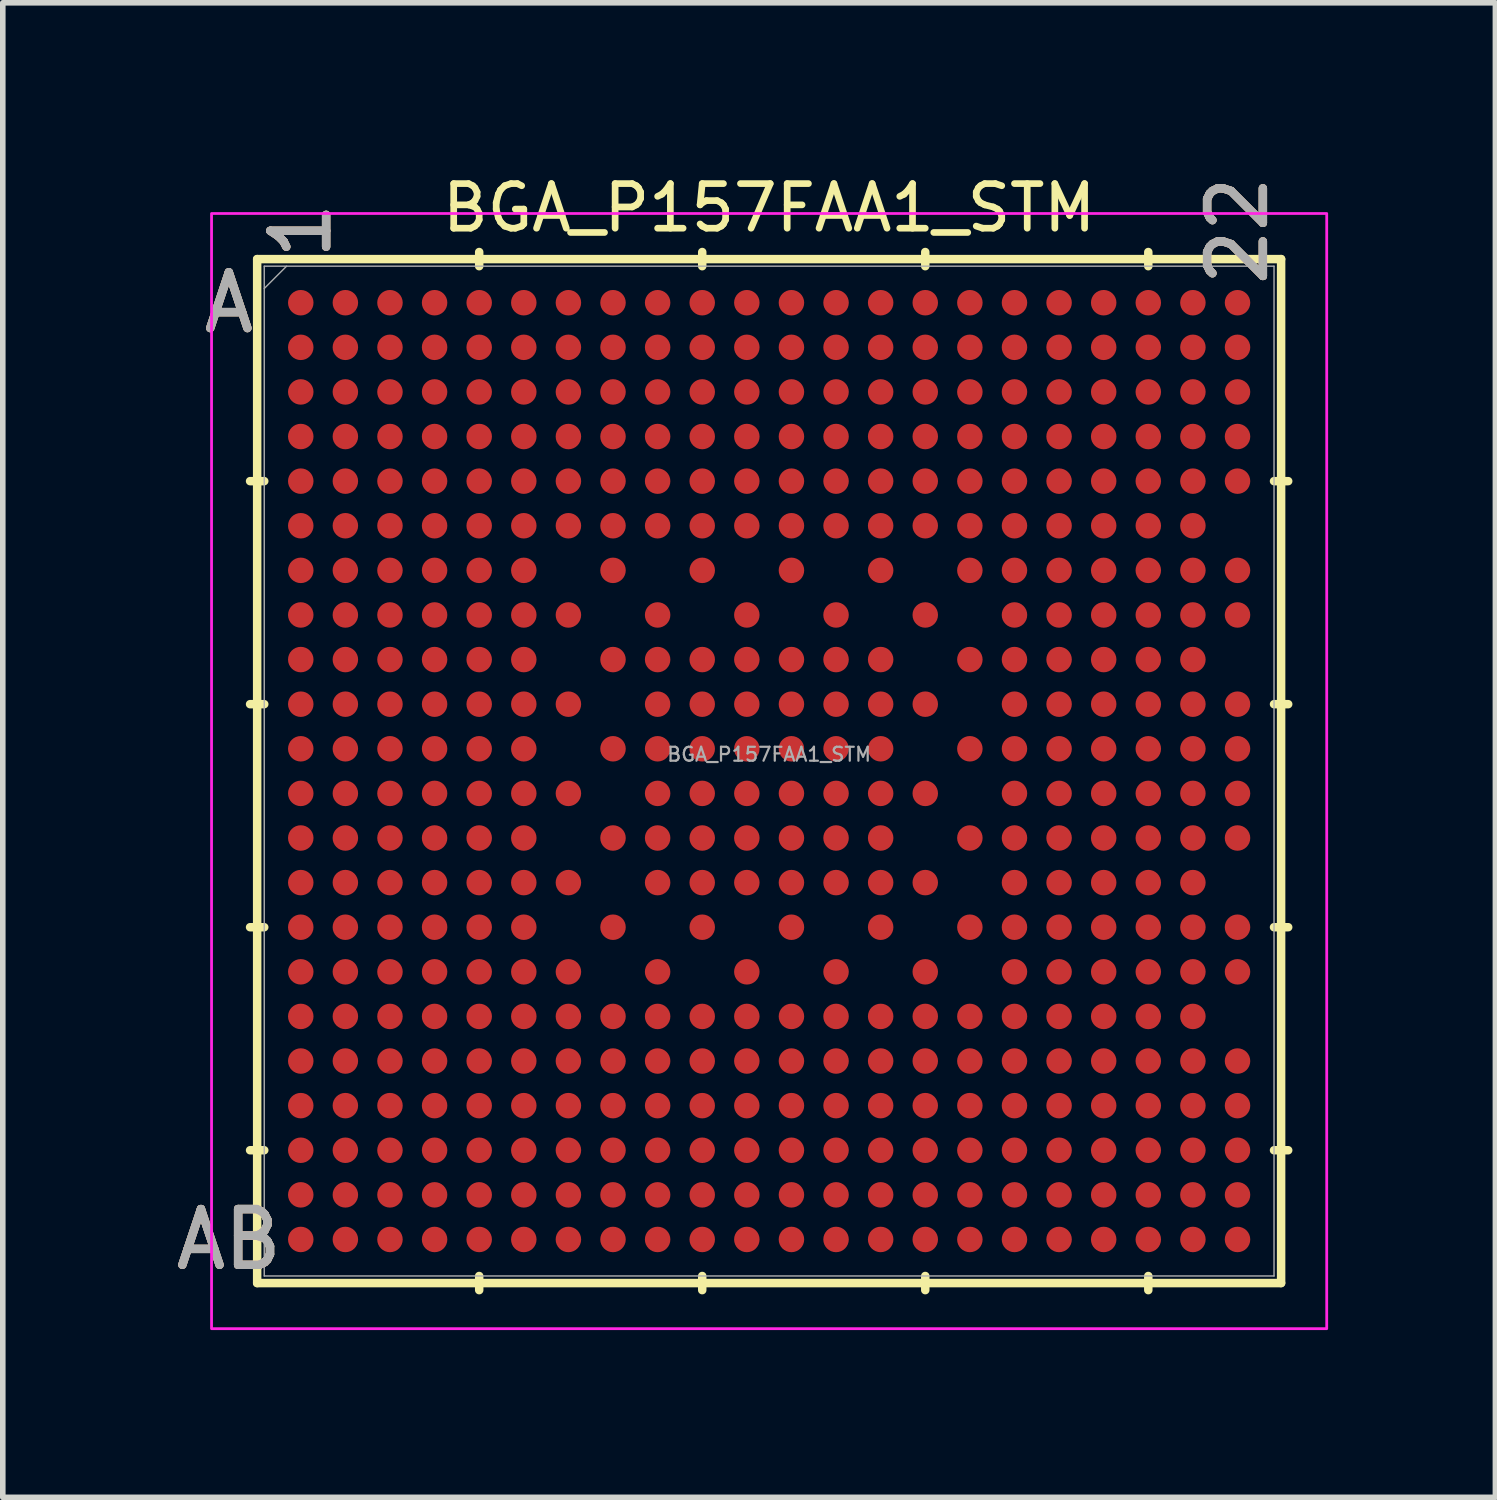
<source format=kicad_pcb>
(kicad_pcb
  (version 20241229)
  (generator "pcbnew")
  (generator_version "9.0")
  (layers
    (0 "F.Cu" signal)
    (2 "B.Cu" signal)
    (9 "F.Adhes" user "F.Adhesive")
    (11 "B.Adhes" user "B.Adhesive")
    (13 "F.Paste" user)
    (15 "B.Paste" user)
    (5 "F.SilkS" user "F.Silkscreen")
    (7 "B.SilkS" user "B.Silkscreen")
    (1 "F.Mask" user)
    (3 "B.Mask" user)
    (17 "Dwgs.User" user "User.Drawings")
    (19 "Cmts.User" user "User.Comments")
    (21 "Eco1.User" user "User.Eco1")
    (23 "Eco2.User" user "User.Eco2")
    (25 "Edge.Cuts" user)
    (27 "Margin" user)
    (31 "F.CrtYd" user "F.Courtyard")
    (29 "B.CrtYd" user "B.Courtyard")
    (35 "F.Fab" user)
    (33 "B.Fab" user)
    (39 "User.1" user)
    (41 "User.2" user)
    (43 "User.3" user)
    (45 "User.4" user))
  (footprint "BGA_P157FAA1_STM"
    (layer "F.Cu")
    (at 10.744 10.779)
    (property "Reference" "BGA_P157FAA1_STM" (at 0 -10.1 0) (unlocked yes) (layer "F.SilkS") (effects (font (size 0.8 0.8) (thickness 0.12))))
    (attr smd)
    (fp_line (start -9.182 -9.182) (end -9.182 9.182) (stroke (width 0.152) (type solid)) (layer "F.SilkS"))
    (fp_line (start -9.182 9.182) (end 9.182 9.182) (stroke (width 0.152) (type solid)) (layer "F.SilkS"))
    (fp_line (start -9.055 -5.2) (end -9.309 -5.2) (stroke (width 0.152) (type solid)) (layer "F.SilkS"))
    (fp_line (start -9.055 -1.2) (end -9.309 -1.2) (stroke (width 0.152) (type solid)) (layer "F.SilkS"))
    (fp_line (start -9.055 2.8) (end -9.309 2.8) (stroke (width 0.152) (type solid)) (layer "F.SilkS"))
    (fp_line (start -9.055 6.8) (end -9.309 6.8) (stroke (width 0.152) (type solid)) (layer "F.SilkS"))
    (fp_line (start -5.2 -9.055) (end -5.2 -9.309) (stroke (width 0.152) (type solid)) (layer "F.SilkS"))
    (fp_line (start -5.2 9.055) (end -5.2 9.309) (stroke (width 0.152) (type solid)) (layer "F.SilkS"))
    (fp_line (start -1.2 -9.055) (end -1.2 -9.309) (stroke (width 0.152) (type solid)) (layer "F.SilkS"))
    (fp_line (start -1.2 9.055) (end -1.2 9.309) (stroke (width 0.152) (type solid)) (layer "F.SilkS"))
    (fp_line (start 2.8 -9.055) (end 2.8 -9.309) (stroke (width 0.152) (type solid)) (layer "F.SilkS"))
    (fp_line (start 2.8 9.055) (end 2.8 9.309) (stroke (width 0.152) (type solid)) (layer "F.SilkS"))
    (fp_line (start 6.8 -9.055) (end 6.8 -9.309) (stroke (width 0.152) (type solid)) (layer "F.SilkS"))
    (fp_line (start 6.8 9.055) (end 6.8 9.309) (stroke (width 0.152) (type solid)) (layer "F.SilkS"))
    (fp_line (start 9.055 -5.2) (end 9.309 -5.2) (stroke (width 0.152) (type solid)) (layer "F.SilkS"))
    (fp_line (start 9.055 -1.2) (end 9.309 -1.2) (stroke (width 0.152) (type solid)) (layer "F.SilkS"))
    (fp_line (start 9.055 2.8) (end 9.309 2.8) (stroke (width 0.152) (type solid)) (layer "F.SilkS"))
    (fp_line (start 9.055 6.8) (end 9.309 6.8) (stroke (width 0.152) (type solid)) (layer "F.SilkS"))
    (fp_line (start 9.182 -9.182) (end -9.182 -9.182) (stroke (width 0.152) (type solid)) (layer "F.SilkS"))
    (fp_line (start 9.182 9.182) (end 9.182 -9.182) (stroke (width 0.152) (type solid)) (layer "F.SilkS"))
    (fp_rect (start -10 -10) (end 10 10) (stroke (width 0.05) (type default)) (fill no) (layer "F.CrtYd"))
    (fp_line (start -9.055 -9.055) (end -9.055 9.055) (stroke (width 0.025) (type solid)) (layer "F.Fab"))
    (fp_line (start -9.055 9.055) (end 9.055 9.055) (stroke (width 0.025) (type solid)) (layer "F.Fab"))
    (fp_line (start -8.655 -9.055) (end -9.055 -8.655) (stroke (width 0.025) (type solid)) (layer "F.Fab"))
    (fp_line (start 9.055 -9.055) (end -9.055 -9.055) (stroke (width 0.025) (type solid)) (layer "F.Fab"))
    (fp_line (start 9.055 9.055) (end 9.055 -9.055) (stroke (width 0.025) (type solid)) (layer "F.Fab"))
    (fp_text user "1" (at -8.4 -9.69 90) (unlocked yes) (layer "F.SilkS") (effects (font (size 1 1) (thickness 0.15))))
    (fp_text user "22" (at 8.4 -9.69 90) (unlocked yes) (layer "F.SilkS") (effects (font (size 1 1) (thickness 0.15))))
    (fp_text user "A" (at -9.69 -8.4 0) (unlocked yes) (layer "F.SilkS") (effects (font (size 1 1) (thickness 0.15))))
    (fp_text user "AB" (at -9.69 8.4 0) (unlocked yes) (layer "F.SilkS") (effects (font (size 1 1) (thickness 0.15))))
    (fp_text user "AB" (at -9.69 8.4 0) (unlocked yes) (layer "B.SilkS") (effects (font (size 1 1) (thickness 0.15))))
    (fp_text user "22" (at 8.4 -9.69 90) (unlocked yes) (layer "B.SilkS") (effects (font (size 1 1) (thickness 0.15))))
    (fp_text user "1" (at -8.4 -9.69 90) (unlocked yes) (layer "B.SilkS") (effects (font (size 1 1) (thickness 0.15))))
    (fp_text user "A" (at -9.69 -8.4 0) (unlocked yes) (layer "B.SilkS") (effects (font (size 1 1) (thickness 0.15))))
    (fp_text user "1" (at -8.4 -9.69 90) (unlocked yes) (layer "F.Fab") (effects (font (size 1 1) (thickness 0.15))))
    (fp_text user "${REFERENCE}" (at 0 -0.3 0) (unlocked yes) (layer "F.Fab") (effects (font (size 0.25 0.25) (thickness 0.04))))
    (fp_text user "A" (at -9.69 -8.4 0) (unlocked yes) (layer "F.Fab") (effects (font (size 1 1) (thickness 0.15))))
    (fp_text user "AB" (at -9.69 8.4 0) (unlocked yes) (layer "F.Fab") (effects (font (size 1 1) (thickness 0.15))))
    (fp_text user "22" (at 8.4 -9.69 90) (unlocked yes) (layer "F.Fab") (effects (font (size 1 1) (thickness 0.15))))
    (pad "A1" smd circle (at -8.4 -8.4) (size 0.457 0.457) (layers "F.Cu" "F.Mask" "F.Paste"))
    (pad "A2" smd circle (at -7.6 -8.4) (size 0.457 0.457) (layers "F.Cu" "F.Mask" "F.Paste"))
    (pad "A3" smd circle (at -6.8 -8.4) (size 0.457 0.457) (layers "F.Cu" "F.Mask" "F.Paste"))
    (pad "A4" smd circle (at -6 -8.4) (size 0.457 0.457) (layers "F.Cu" "F.Mask" "F.Paste"))
    (pad "A5" smd circle (at -5.2 -8.4) (size 0.457 0.457) (layers "F.Cu" "F.Mask" "F.Paste"))
    (pad "A6" smd circle (at -4.4 -8.4) (size 0.457 0.457) (layers "F.Cu" "F.Mask" "F.Paste"))
    (pad "A7" smd circle (at -3.6 -8.4) (size 0.457 0.457) (layers "F.Cu" "F.Mask" "F.Paste"))
    (pad "A8" smd circle (at -2.8 -8.4) (size 0.457 0.457) (layers "F.Cu" "F.Mask" "F.Paste"))
    (pad "A9" smd circle (at -2 -8.4) (size 0.457 0.457) (layers "F.Cu" "F.Mask" "F.Paste"))
    (pad "A10" smd circle (at -1.2 -8.4) (size 0.457 0.457) (layers "F.Cu" "F.Mask" "F.Paste"))
    (pad "A11" smd circle (at -0.4 -8.4) (size 0.457 0.457) (layers "F.Cu" "F.Mask" "F.Paste"))
    (pad "A12" smd circle (at 0.4 -8.4) (size 0.457 0.457) (layers "F.Cu" "F.Mask" "F.Paste"))
    (pad "A13" smd circle (at 1.2 -8.4) (size 0.457 0.457) (layers "F.Cu" "F.Mask" "F.Paste"))
    (pad "A14" smd circle (at 2 -8.4) (size 0.457 0.457) (layers "F.Cu" "F.Mask" "F.Paste"))
    (pad "A15" smd circle (at 2.8 -8.4) (size 0.457 0.457) (layers "F.Cu" "F.Mask" "F.Paste"))
    (pad "A16" smd circle (at 3.6 -8.4) (size 0.457 0.457) (layers "F.Cu" "F.Mask" "F.Paste"))
    (pad "A17" smd circle (at 4.4 -8.4) (size 0.457 0.457) (layers "F.Cu" "F.Mask" "F.Paste"))
    (pad "A18" smd circle (at 5.2 -8.4) (size 0.457 0.457) (layers "F.Cu" "F.Mask" "F.Paste"))
    (pad "A19" smd circle (at 6 -8.4) (size 0.457 0.457) (layers "F.Cu" "F.Mask" "F.Paste"))
    (pad "A20" smd circle (at 6.8 -8.4) (size 0.457 0.457) (layers "F.Cu" "F.Mask" "F.Paste"))
    (pad "A21" smd circle (at 7.6 -8.4) (size 0.457 0.457) (layers "F.Cu" "F.Mask" "F.Paste"))
    (pad "A22" smd circle (at 8.4 -8.4) (size 0.457 0.457) (layers "F.Cu" "F.Mask" "F.Paste"))
    (pad "AA1" smd circle (at -8.4 7.6) (size 0.457 0.457) (layers "F.Cu" "F.Mask" "F.Paste"))
    (pad "AA2" smd circle (at -7.6 7.6) (size 0.457 0.457) (layers "F.Cu" "F.Mask" "F.Paste"))
    (pad "AA3" smd circle (at -6.8 7.6) (size 0.457 0.457) (layers "F.Cu" "F.Mask" "F.Paste"))
    (pad "AA4" smd circle (at -6 7.6) (size 0.457 0.457) (layers "F.Cu" "F.Mask" "F.Paste"))
    (pad "AA5" smd circle (at -5.2 7.6) (size 0.457 0.457) (layers "F.Cu" "F.Mask" "F.Paste"))
    (pad "AA6" smd circle (at -4.4 7.6) (size 0.457 0.457) (layers "F.Cu" "F.Mask" "F.Paste"))
    (pad "AA7" smd circle (at -3.6 7.6) (size 0.457 0.457) (layers "F.Cu" "F.Mask" "F.Paste"))
    (pad "AA8" smd circle (at -2.8 7.6) (size 0.457 0.457) (layers "F.Cu" "F.Mask" "F.Paste"))
    (pad "AA9" smd circle (at -2 7.6) (size 0.457 0.457) (layers "F.Cu" "F.Mask" "F.Paste"))
    (pad "AA10" smd circle (at -1.2 7.6) (size 0.457 0.457) (layers "F.Cu" "F.Mask" "F.Paste"))
    (pad "AA11" smd circle (at -0.4 7.6) (size 0.457 0.457) (layers "F.Cu" "F.Mask" "F.Paste"))
    (pad "AA12" smd circle (at 0.4 7.6) (size 0.457 0.457) (layers "F.Cu" "F.Mask" "F.Paste"))
    (pad "AA13" smd circle (at 1.2 7.6) (size 0.457 0.457) (layers "F.Cu" "F.Mask" "F.Paste"))
    (pad "AA14" smd circle (at 2 7.6) (size 0.457 0.457) (layers "F.Cu" "F.Mask" "F.Paste"))
    (pad "AA15" smd circle (at 2.8 7.6) (size 0.457 0.457) (layers "F.Cu" "F.Mask" "F.Paste"))
    (pad "AA16" smd circle (at 3.6 7.6) (size 0.457 0.457) (layers "F.Cu" "F.Mask" "F.Paste"))
    (pad "AA17" smd circle (at 4.4 7.6) (size 0.457 0.457) (layers "F.Cu" "F.Mask" "F.Paste"))
    (pad "AA18" smd circle (at 5.2 7.6) (size 0.457 0.457) (layers "F.Cu" "F.Mask" "F.Paste"))
    (pad "AA19" smd circle (at 6 7.6) (size 0.457 0.457) (layers "F.Cu" "F.Mask" "F.Paste"))
    (pad "AA20" smd circle (at 6.8 7.6) (size 0.457 0.457) (layers "F.Cu" "F.Mask" "F.Paste"))
    (pad "AA21" smd circle (at 7.6 7.6) (size 0.457 0.457) (layers "F.Cu" "F.Mask" "F.Paste"))
    (pad "AA22" smd circle (at 8.4 7.6) (size 0.457 0.457) (layers "F.Cu" "F.Mask" "F.Paste"))
    (pad "AB1" smd circle (at -8.4 8.4) (size 0.457 0.457) (layers "F.Cu" "F.Mask" "F.Paste"))
    (pad "AB2" smd circle (at -7.6 8.4) (size 0.457 0.457) (layers "F.Cu" "F.Mask" "F.Paste"))
    (pad "AB3" smd circle (at -6.8 8.4) (size 0.457 0.457) (layers "F.Cu" "F.Mask" "F.Paste"))
    (pad "AB4" smd circle (at -6 8.4) (size 0.457 0.457) (layers "F.Cu" "F.Mask" "F.Paste"))
    (pad "AB5" smd circle (at -5.2 8.4) (size 0.457 0.457) (layers "F.Cu" "F.Mask" "F.Paste"))
    (pad "AB6" smd circle (at -4.4 8.4) (size 0.457 0.457) (layers "F.Cu" "F.Mask" "F.Paste"))
    (pad "AB7" smd circle (at -3.6 8.4) (size 0.457 0.457) (layers "F.Cu" "F.Mask" "F.Paste"))
    (pad "AB8" smd circle (at -2.8 8.4) (size 0.457 0.457) (layers "F.Cu" "F.Mask" "F.Paste"))
    (pad "AB9" smd circle (at -2 8.4) (size 0.457 0.457) (layers "F.Cu" "F.Mask" "F.Paste"))
    (pad "AB10" smd circle (at -1.2 8.4) (size 0.457 0.457) (layers "F.Cu" "F.Mask" "F.Paste"))
    (pad "AB11" smd circle (at -0.4 8.4) (size 0.457 0.457) (layers "F.Cu" "F.Mask" "F.Paste"))
    (pad "AB12" smd circle (at 0.4 8.4) (size 0.457 0.457) (layers "F.Cu" "F.Mask" "F.Paste"))
    (pad "AB13" smd circle (at 1.2 8.4) (size 0.457 0.457) (layers "F.Cu" "F.Mask" "F.Paste"))
    (pad "AB14" smd circle (at 2 8.4) (size 0.457 0.457) (layers "F.Cu" "F.Mask" "F.Paste"))
    (pad "AB15" smd circle (at 2.8 8.4) (size 0.457 0.457) (layers "F.Cu" "F.Mask" "F.Paste"))
    (pad "AB16" smd circle (at 3.6 8.4) (size 0.457 0.457) (layers "F.Cu" "F.Mask" "F.Paste"))
    (pad "AB17" smd circle (at 4.4 8.4) (size 0.457 0.457) (layers "F.Cu" "F.Mask" "F.Paste"))
    (pad "AB18" smd circle (at 5.2 8.4) (size 0.457 0.457) (layers "F.Cu" "F.Mask" "F.Paste"))
    (pad "AB19" smd circle (at 6 8.4) (size 0.457 0.457) (layers "F.Cu" "F.Mask" "F.Paste"))
    (pad "AB20" smd circle (at 6.8 8.4) (size 0.457 0.457) (layers "F.Cu" "F.Mask" "F.Paste"))
    (pad "AB21" smd circle (at 7.6 8.4) (size 0.457 0.457) (layers "F.Cu" "F.Mask" "F.Paste"))
    (pad "AB22" smd circle (at 8.4 8.4) (size 0.457 0.457) (layers "F.Cu" "F.Mask" "F.Paste"))
    (pad "B1" smd circle (at -8.4 -7.6) (size 0.457 0.457) (layers "F.Cu" "F.Mask" "F.Paste"))
    (pad "B2" smd circle (at -7.6 -7.6) (size 0.457 0.457) (layers "F.Cu" "F.Mask" "F.Paste"))
    (pad "B3" smd circle (at -6.8 -7.6) (size 0.457 0.457) (layers "F.Cu" "F.Mask" "F.Paste"))
    (pad "B4" smd circle (at -6 -7.6) (size 0.457 0.457) (layers "F.Cu" "F.Mask" "F.Paste"))
    (pad "B5" smd circle (at -5.2 -7.6) (size 0.457 0.457) (layers "F.Cu" "F.Mask" "F.Paste"))
    (pad "B6" smd circle (at -4.4 -7.6) (size 0.457 0.457) (layers "F.Cu" "F.Mask" "F.Paste"))
    (pad "B7" smd circle (at -3.6 -7.6) (size 0.457 0.457) (layers "F.Cu" "F.Mask" "F.Paste"))
    (pad "B8" smd circle (at -2.8 -7.6) (size 0.457 0.457) (layers "F.Cu" "F.Mask" "F.Paste"))
    (pad "B9" smd circle (at -2 -7.6) (size 0.457 0.457) (layers "F.Cu" "F.Mask" "F.Paste"))
    (pad "B10" smd circle (at -1.2 -7.6) (size 0.457 0.457) (layers "F.Cu" "F.Mask" "F.Paste"))
    (pad "B11" smd circle (at -0.4 -7.6) (size 0.457 0.457) (layers "F.Cu" "F.Mask" "F.Paste"))
    (pad "B12" smd circle (at 0.4 -7.6) (size 0.457 0.457) (layers "F.Cu" "F.Mask" "F.Paste"))
    (pad "B13" smd circle (at 1.2 -7.6) (size 0.457 0.457) (layers "F.Cu" "F.Mask" "F.Paste"))
    (pad "B14" smd circle (at 2 -7.6) (size 0.457 0.457) (layers "F.Cu" "F.Mask" "F.Paste"))
    (pad "B15" smd circle (at 2.8 -7.6) (size 0.457 0.457) (layers "F.Cu" "F.Mask" "F.Paste"))
    (pad "B16" smd circle (at 3.6 -7.6) (size 0.457 0.457) (layers "F.Cu" "F.Mask" "F.Paste"))
    (pad "B17" smd circle (at 4.4 -7.6) (size 0.457 0.457) (layers "F.Cu" "F.Mask" "F.Paste"))
    (pad "B18" smd circle (at 5.2 -7.6) (size 0.457 0.457) (layers "F.Cu" "F.Mask" "F.Paste"))
    (pad "B19" smd circle (at 6 -7.6) (size 0.457 0.457) (layers "F.Cu" "F.Mask" "F.Paste"))
    (pad "B20" smd circle (at 6.8 -7.6) (size 0.457 0.457) (layers "F.Cu" "F.Mask" "F.Paste"))
    (pad "B21" smd circle (at 7.6 -7.6) (size 0.457 0.457) (layers "F.Cu" "F.Mask" "F.Paste"))
    (pad "B22" smd circle (at 8.4 -7.6) (size 0.457 0.457) (layers "F.Cu" "F.Mask" "F.Paste"))
    (pad "C1" smd circle (at -8.4 -6.8) (size 0.457 0.457) (layers "F.Cu" "F.Mask" "F.Paste"))
    (pad "C2" smd circle (at -7.6 -6.8) (size 0.457 0.457) (layers "F.Cu" "F.Mask" "F.Paste"))
    (pad "C3" smd circle (at -6.8 -6.8) (size 0.457 0.457) (layers "F.Cu" "F.Mask" "F.Paste"))
    (pad "C4" smd circle (at -6 -6.8) (size 0.457 0.457) (layers "F.Cu" "F.Mask" "F.Paste"))
    (pad "C5" smd circle (at -5.2 -6.8) (size 0.457 0.457) (layers "F.Cu" "F.Mask" "F.Paste"))
    (pad "C6" smd circle (at -4.4 -6.8) (size 0.457 0.457) (layers "F.Cu" "F.Mask" "F.Paste"))
    (pad "C7" smd circle (at -3.6 -6.8) (size 0.457 0.457) (layers "F.Cu" "F.Mask" "F.Paste"))
    (pad "C8" smd circle (at -2.8 -6.8) (size 0.457 0.457) (layers "F.Cu" "F.Mask" "F.Paste"))
    (pad "C9" smd circle (at -2 -6.8) (size 0.457 0.457) (layers "F.Cu" "F.Mask" "F.Paste"))
    (pad "C10" smd circle (at -1.2 -6.8) (size 0.457 0.457) (layers "F.Cu" "F.Mask" "F.Paste"))
    (pad "C11" smd circle (at -0.4 -6.8) (size 0.457 0.457) (layers "F.Cu" "F.Mask" "F.Paste"))
    (pad "C12" smd circle (at 0.4 -6.8) (size 0.457 0.457) (layers "F.Cu" "F.Mask" "F.Paste"))
    (pad "C13" smd circle (at 1.2 -6.8) (size 0.457 0.457) (layers "F.Cu" "F.Mask" "F.Paste"))
    (pad "C14" smd circle (at 2 -6.8) (size 0.457 0.457) (layers "F.Cu" "F.Mask" "F.Paste"))
    (pad "C15" smd circle (at 2.8 -6.8) (size 0.457 0.457) (layers "F.Cu" "F.Mask" "F.Paste"))
    (pad "C16" smd circle (at 3.6 -6.8) (size 0.457 0.457) (layers "F.Cu" "F.Mask" "F.Paste"))
    (pad "C17" smd circle (at 4.4 -6.8) (size 0.457 0.457) (layers "F.Cu" "F.Mask" "F.Paste"))
    (pad "C18" smd circle (at 5.2 -6.8) (size 0.457 0.457) (layers "F.Cu" "F.Mask" "F.Paste"))
    (pad "C19" smd circle (at 6 -6.8) (size 0.457 0.457) (layers "F.Cu" "F.Mask" "F.Paste"))
    (pad "C20" smd circle (at 6.8 -6.8) (size 0.457 0.457) (layers "F.Cu" "F.Mask" "F.Paste"))
    (pad "C21" smd circle (at 7.6 -6.8) (size 0.457 0.457) (layers "F.Cu" "F.Mask" "F.Paste"))
    (pad "C22" smd circle (at 8.4 -6.8) (size 0.457 0.457) (layers "F.Cu" "F.Mask" "F.Paste"))
    (pad "D1" smd circle (at -8.4 -6) (size 0.457 0.457) (layers "F.Cu" "F.Mask" "F.Paste"))
    (pad "D2" smd circle (at -7.6 -6) (size 0.457 0.457) (layers "F.Cu" "F.Mask" "F.Paste"))
    (pad "D3" smd circle (at -6.8 -6) (size 0.457 0.457) (layers "F.Cu" "F.Mask" "F.Paste"))
    (pad "D4" smd circle (at -6 -6) (size 0.457 0.457) (layers "F.Cu" "F.Mask" "F.Paste"))
    (pad "D5" smd circle (at -5.2 -6) (size 0.457 0.457) (layers "F.Cu" "F.Mask" "F.Paste"))
    (pad "D6" smd circle (at -4.4 -6) (size 0.457 0.457) (layers "F.Cu" "F.Mask" "F.Paste"))
    (pad "D7" smd circle (at -3.6 -6) (size 0.457 0.457) (layers "F.Cu" "F.Mask" "F.Paste"))
    (pad "D8" smd circle (at -2.8 -6) (size 0.457 0.457) (layers "F.Cu" "F.Mask" "F.Paste"))
    (pad "D9" smd circle (at -2 -6) (size 0.457 0.457) (layers "F.Cu" "F.Mask" "F.Paste"))
    (pad "D10" smd circle (at -1.2 -6) (size 0.457 0.457) (layers "F.Cu" "F.Mask" "F.Paste"))
    (pad "D11" smd circle (at -0.4 -6) (size 0.457 0.457) (layers "F.Cu" "F.Mask" "F.Paste"))
    (pad "D12" smd circle (at 0.4 -6) (size 0.457 0.457) (layers "F.Cu" "F.Mask" "F.Paste"))
    (pad "D13" smd circle (at 1.2 -6) (size 0.457 0.457) (layers "F.Cu" "F.Mask" "F.Paste"))
    (pad "D14" smd circle (at 2 -6) (size 0.457 0.457) (layers "F.Cu" "F.Mask" "F.Paste"))
    (pad "D15" smd circle (at 2.8 -6) (size 0.457 0.457) (layers "F.Cu" "F.Mask" "F.Paste"))
    (pad "D16" smd circle (at 3.6 -6) (size 0.457 0.457) (layers "F.Cu" "F.Mask" "F.Paste"))
    (pad "D17" smd circle (at 4.4 -6) (size 0.457 0.457) (layers "F.Cu" "F.Mask" "F.Paste"))
    (pad "D18" smd circle (at 5.2 -6) (size 0.457 0.457) (layers "F.Cu" "F.Mask" "F.Paste"))
    (pad "D19" smd circle (at 6 -6) (size 0.457 0.457) (layers "F.Cu" "F.Mask" "F.Paste"))
    (pad "D20" smd circle (at 6.8 -6) (size 0.457 0.457) (layers "F.Cu" "F.Mask" "F.Paste"))
    (pad "D21" smd circle (at 7.6 -6) (size 0.457 0.457) (layers "F.Cu" "F.Mask" "F.Paste"))
    (pad "D22" smd circle (at 8.4 -6) (size 0.457 0.457) (layers "F.Cu" "F.Mask" "F.Paste"))
    (pad "E1" smd circle (at -8.4 -5.2) (size 0.457 0.457) (layers "F.Cu" "F.Mask" "F.Paste"))
    (pad "E2" smd circle (at -7.6 -5.2) (size 0.457 0.457) (layers "F.Cu" "F.Mask" "F.Paste"))
    (pad "E3" smd circle (at -6.8 -5.2) (size 0.457 0.457) (layers "F.Cu" "F.Mask" "F.Paste"))
    (pad "E4" smd circle (at -6 -5.2) (size 0.457 0.457) (layers "F.Cu" "F.Mask" "F.Paste"))
    (pad "E5" smd circle (at -5.2 -5.2) (size 0.457 0.457) (layers "F.Cu" "F.Mask" "F.Paste"))
    (pad "E6" smd circle (at -4.4 -5.2) (size 0.457 0.457) (layers "F.Cu" "F.Mask" "F.Paste"))
    (pad "E7" smd circle (at -3.6 -5.2) (size 0.457 0.457) (layers "F.Cu" "F.Mask" "F.Paste"))
    (pad "E8" smd circle (at -2.8 -5.2) (size 0.457 0.457) (layers "F.Cu" "F.Mask" "F.Paste"))
    (pad "E9" smd circle (at -2 -5.2) (size 0.457 0.457) (layers "F.Cu" "F.Mask" "F.Paste"))
    (pad "E10" smd circle (at -1.2 -5.2) (size 0.457 0.457) (layers "F.Cu" "F.Mask" "F.Paste"))
    (pad "E11" smd circle (at -0.4 -5.2) (size 0.457 0.457) (layers "F.Cu" "F.Mask" "F.Paste"))
    (pad "E12" smd circle (at 0.4 -5.2) (size 0.457 0.457) (layers "F.Cu" "F.Mask" "F.Paste"))
    (pad "E13" smd circle (at 1.2 -5.2) (size 0.457 0.457) (layers "F.Cu" "F.Mask" "F.Paste"))
    (pad "E14" smd circle (at 2 -5.2) (size 0.457 0.457) (layers "F.Cu" "F.Mask" "F.Paste"))
    (pad "E15" smd circle (at 2.8 -5.2) (size 0.457 0.457) (layers "F.Cu" "F.Mask" "F.Paste"))
    (pad "E16" smd circle (at 3.6 -5.2) (size 0.457 0.457) (layers "F.Cu" "F.Mask" "F.Paste"))
    (pad "E17" smd circle (at 4.4 -5.2) (size 0.457 0.457) (layers "F.Cu" "F.Mask" "F.Paste"))
    (pad "E18" smd circle (at 5.2 -5.2) (size 0.457 0.457) (layers "F.Cu" "F.Mask" "F.Paste"))
    (pad "E19" smd circle (at 6 -5.2) (size 0.457 0.457) (layers "F.Cu" "F.Mask" "F.Paste"))
    (pad "E20" smd circle (at 6.8 -5.2) (size 0.457 0.457) (layers "F.Cu" "F.Mask" "F.Paste"))
    (pad "E21" smd circle (at 7.6 -5.2) (size 0.457 0.457) (layers "F.Cu" "F.Mask" "F.Paste"))
    (pad "E22" smd circle (at 8.4 -5.2) (size 0.457 0.457) (layers "F.Cu" "F.Mask" "F.Paste"))
    (pad "F1" smd circle (at -8.4 -4.4) (size 0.457 0.457) (layers "F.Cu" "F.Mask" "F.Paste"))
    (pad "F2" smd circle (at -7.6 -4.4) (size 0.457 0.457) (layers "F.Cu" "F.Mask" "F.Paste"))
    (pad "F3" smd circle (at -6.8 -4.4) (size 0.457 0.457) (layers "F.Cu" "F.Mask" "F.Paste"))
    (pad "F4" smd circle (at -6 -4.4) (size 0.457 0.457) (layers "F.Cu" "F.Mask" "F.Paste"))
    (pad "F5" smd circle (at -5.2 -4.4) (size 0.457 0.457) (layers "F.Cu" "F.Mask" "F.Paste"))
    (pad "F6" smd circle (at -4.4 -4.4) (size 0.457 0.457) (layers "F.Cu" "F.Mask" "F.Paste"))
    (pad "F7" smd circle (at -3.6 -4.4) (size 0.457 0.457) (layers "F.Cu" "F.Mask" "F.Paste"))
    (pad "F8" smd circle (at -2.8 -4.4) (size 0.457 0.457) (layers "F.Cu" "F.Mask" "F.Paste"))
    (pad "F9" smd circle (at -2 -4.4) (size 0.457 0.457) (layers "F.Cu" "F.Mask" "F.Paste"))
    (pad "F10" smd circle (at -1.2 -4.4) (size 0.457 0.457) (layers "F.Cu" "F.Mask" "F.Paste"))
    (pad "F11" smd circle (at -0.4 -4.4) (size 0.457 0.457) (layers "F.Cu" "F.Mask" "F.Paste"))
    (pad "F12" smd circle (at 0.4 -4.4) (size 0.457 0.457) (layers "F.Cu" "F.Mask" "F.Paste"))
    (pad "F13" smd circle (at 1.2 -4.4) (size 0.457 0.457) (layers "F.Cu" "F.Mask" "F.Paste"))
    (pad "F14" smd circle (at 2 -4.4) (size 0.457 0.457) (layers "F.Cu" "F.Mask" "F.Paste"))
    (pad "F15" smd circle (at 2.8 -4.4) (size 0.457 0.457) (layers "F.Cu" "F.Mask" "F.Paste"))
    (pad "F16" smd circle (at 3.6 -4.4) (size 0.457 0.457) (layers "F.Cu" "F.Mask" "F.Paste"))
    (pad "F17" smd circle (at 4.4 -4.4) (size 0.457 0.457) (layers "F.Cu" "F.Mask" "F.Paste"))
    (pad "F18" smd circle (at 5.2 -4.4) (size 0.457 0.457) (layers "F.Cu" "F.Mask" "F.Paste"))
    (pad "F19" smd circle (at 6 -4.4) (size 0.457 0.457) (layers "F.Cu" "F.Mask" "F.Paste"))
    (pad "F20" smd circle (at 6.8 -4.4) (size 0.457 0.457) (layers "F.Cu" "F.Mask" "F.Paste"))
    (pad "F21" smd circle (at 7.6 -4.4) (size 0.457 0.457) (layers "F.Cu" "F.Mask" "F.Paste"))
    (pad "G1" smd circle (at -8.4 -3.6) (size 0.457 0.457) (layers "F.Cu" "F.Mask" "F.Paste"))
    (pad "G2" smd circle (at -7.6 -3.6) (size 0.457 0.457) (layers "F.Cu" "F.Mask" "F.Paste"))
    (pad "G3" smd circle (at -6.8 -3.6) (size 0.457 0.457) (layers "F.Cu" "F.Mask" "F.Paste"))
    (pad "G4" smd circle (at -6 -3.6) (size 0.457 0.457) (layers "F.Cu" "F.Mask" "F.Paste"))
    (pad "G5" smd circle (at -5.2 -3.6) (size 0.457 0.457) (layers "F.Cu" "F.Mask" "F.Paste"))
    (pad "G6" smd circle (at -4.4 -3.6) (size 0.457 0.457) (layers "F.Cu" "F.Mask" "F.Paste"))
    (pad "G8" smd circle (at -2.8 -3.6) (size 0.457 0.457) (layers "F.Cu" "F.Mask" "F.Paste"))
    (pad "G10" smd circle (at -1.2 -3.6) (size 0.457 0.457) (layers "F.Cu" "F.Mask" "F.Paste"))
    (pad "G12" smd circle (at 0.4 -3.6) (size 0.457 0.457) (layers "F.Cu" "F.Mask" "F.Paste"))
    (pad "G14" smd circle (at 2 -3.6) (size 0.457 0.457) (layers "F.Cu" "F.Mask" "F.Paste"))
    (pad "G16" smd circle (at 3.6 -3.6) (size 0.457 0.457) (layers "F.Cu" "F.Mask" "F.Paste"))
    (pad "G17" smd circle (at 4.4 -3.6) (size 0.457 0.457) (layers "F.Cu" "F.Mask" "F.Paste"))
    (pad "G18" smd circle (at 5.2 -3.6) (size 0.457 0.457) (layers "F.Cu" "F.Mask" "F.Paste"))
    (pad "G19" smd circle (at 6 -3.6) (size 0.457 0.457) (layers "F.Cu" "F.Mask" "F.Paste"))
    (pad "G20" smd circle (at 6.8 -3.6) (size 0.457 0.457) (layers "F.Cu" "F.Mask" "F.Paste"))
    (pad "G21" smd circle (at 7.6 -3.6) (size 0.457 0.457) (layers "F.Cu" "F.Mask" "F.Paste"))
    (pad "G22" smd circle (at 8.4 -3.6) (size 0.457 0.457) (layers "F.Cu" "F.Mask" "F.Paste"))
    (pad "H1" smd circle (at -8.4 -2.8) (size 0.457 0.457) (layers "F.Cu" "F.Mask" "F.Paste"))
    (pad "H2" smd circle (at -7.6 -2.8) (size 0.457 0.457) (layers "F.Cu" "F.Mask" "F.Paste"))
    (pad "H3" smd circle (at -6.8 -2.8) (size 0.457 0.457) (layers "F.Cu" "F.Mask" "F.Paste"))
    (pad "H4" smd circle (at -6 -2.8) (size 0.457 0.457) (layers "F.Cu" "F.Mask" "F.Paste"))
    (pad "H5" smd circle (at -5.2 -2.8) (size 0.457 0.457) (layers "F.Cu" "F.Mask" "F.Paste"))
    (pad "H6" smd circle (at -4.4 -2.8) (size 0.457 0.457) (layers "F.Cu" "F.Mask" "F.Paste"))
    (pad "H7" smd circle (at -3.6 -2.8) (size 0.457 0.457) (layers "F.Cu" "F.Mask" "F.Paste"))
    (pad "H9" smd circle (at -2 -2.8) (size 0.457 0.457) (layers "F.Cu" "F.Mask" "F.Paste"))
    (pad "H11" smd circle (at -0.4 -2.8) (size 0.457 0.457) (layers "F.Cu" "F.Mask" "F.Paste"))
    (pad "H13" smd circle (at 1.2 -2.8) (size 0.457 0.457) (layers "F.Cu" "F.Mask" "F.Paste"))
    (pad "H15" smd circle (at 2.8 -2.8) (size 0.457 0.457) (layers "F.Cu" "F.Mask" "F.Paste"))
    (pad "H17" smd circle (at 4.4 -2.8) (size 0.457 0.457) (layers "F.Cu" "F.Mask" "F.Paste"))
    (pad "H18" smd circle (at 5.2 -2.8) (size 0.457 0.457) (layers "F.Cu" "F.Mask" "F.Paste"))
    (pad "H19" smd circle (at 6 -2.8) (size 0.457 0.457) (layers "F.Cu" "F.Mask" "F.Paste"))
    (pad "H20" smd circle (at 6.8 -2.8) (size 0.457 0.457) (layers "F.Cu" "F.Mask" "F.Paste"))
    (pad "H21" smd circle (at 7.6 -2.8) (size 0.457 0.457) (layers "F.Cu" "F.Mask" "F.Paste"))
    (pad "H22" smd circle (at 8.4 -2.8) (size 0.457 0.457) (layers "F.Cu" "F.Mask" "F.Paste"))
    (pad "J1" smd circle (at -8.4 -2) (size 0.457 0.457) (layers "F.Cu" "F.Mask" "F.Paste"))
    (pad "J2" smd circle (at -7.6 -2) (size 0.457 0.457) (layers "F.Cu" "F.Mask" "F.Paste"))
    (pad "J3" smd circle (at -6.8 -2) (size 0.457 0.457) (layers "F.Cu" "F.Mask" "F.Paste"))
    (pad "J4" smd circle (at -6 -2) (size 0.457 0.457) (layers "F.Cu" "F.Mask" "F.Paste"))
    (pad "J5" smd circle (at -5.2 -2) (size 0.457 0.457) (layers "F.Cu" "F.Mask" "F.Paste"))
    (pad "J6" smd circle (at -4.4 -2) (size 0.457 0.457) (layers "F.Cu" "F.Mask" "F.Paste"))
    (pad "J8" smd circle (at -2.8 -2) (size 0.457 0.457) (layers "F.Cu" "F.Mask" "F.Paste"))
    (pad "J9" smd circle (at -2 -2) (size 0.457 0.457) (layers "F.Cu" "F.Mask" "F.Paste"))
    (pad "J10" smd circle (at -1.2 -2) (size 0.457 0.457) (layers "F.Cu" "F.Mask" "F.Paste"))
    (pad "J11" smd circle (at -0.4 -2) (size 0.457 0.457) (layers "F.Cu" "F.Mask" "F.Paste"))
    (pad "J12" smd circle (at 0.4 -2) (size 0.457 0.457) (layers "F.Cu" "F.Mask" "F.Paste"))
    (pad "J13" smd circle (at 1.2 -2) (size 0.457 0.457) (layers "F.Cu" "F.Mask" "F.Paste"))
    (pad "J14" smd circle (at 2 -2) (size 0.457 0.457) (layers "F.Cu" "F.Mask" "F.Paste"))
    (pad "J16" smd circle (at 3.6 -2) (size 0.457 0.457) (layers "F.Cu" "F.Mask" "F.Paste"))
    (pad "J17" smd circle (at 4.4 -2) (size 0.457 0.457) (layers "F.Cu" "F.Mask" "F.Paste"))
    (pad "J18" smd circle (at 5.2 -2) (size 0.457 0.457) (layers "F.Cu" "F.Mask" "F.Paste"))
    (pad "J19" smd circle (at 6 -2) (size 0.457 0.457) (layers "F.Cu" "F.Mask" "F.Paste"))
    (pad "J20" smd circle (at 6.8 -2) (size 0.457 0.457) (layers "F.Cu" "F.Mask" "F.Paste"))
    (pad "J21" smd circle (at 7.6 -2) (size 0.457 0.457) (layers "F.Cu" "F.Mask" "F.Paste"))
    (pad "K1" smd circle (at -8.4 -1.2) (size 0.457 0.457) (layers "F.Cu" "F.Mask" "F.Paste"))
    (pad "K2" smd circle (at -7.6 -1.2) (size 0.457 0.457) (layers "F.Cu" "F.Mask" "F.Paste"))
    (pad "K3" smd circle (at -6.8 -1.2) (size 0.457 0.457) (layers "F.Cu" "F.Mask" "F.Paste"))
    (pad "K4" smd circle (at -6 -1.2) (size 0.457 0.457) (layers "F.Cu" "F.Mask" "F.Paste"))
    (pad "K5" smd circle (at -5.2 -1.2) (size 0.457 0.457) (layers "F.Cu" "F.Mask" "F.Paste"))
    (pad "K6" smd circle (at -4.4 -1.2) (size 0.457 0.457) (layers "F.Cu" "F.Mask" "F.Paste"))
    (pad "K7" smd circle (at -3.6 -1.2) (size 0.457 0.457) (layers "F.Cu" "F.Mask" "F.Paste"))
    (pad "K9" smd circle (at -2 -1.2) (size 0.457 0.457) (layers "F.Cu" "F.Mask" "F.Paste"))
    (pad "K10" smd circle (at -1.2 -1.2) (size 0.457 0.457) (layers "F.Cu" "F.Mask" "F.Paste"))
    (pad "K11" smd circle (at -0.4 -1.2) (size 0.457 0.457) (layers "F.Cu" "F.Mask" "F.Paste"))
    (pad "K12" smd circle (at 0.4 -1.2) (size 0.457 0.457) (layers "F.Cu" "F.Mask" "F.Paste"))
    (pad "K13" smd circle (at 1.2 -1.2) (size 0.457 0.457) (layers "F.Cu" "F.Mask" "F.Paste"))
    (pad "K14" smd circle (at 2 -1.2) (size 0.457 0.457) (layers "F.Cu" "F.Mask" "F.Paste"))
    (pad "K15" smd circle (at 2.8 -1.2) (size 0.457 0.457) (layers "F.Cu" "F.Mask" "F.Paste"))
    (pad "K17" smd circle (at 4.4 -1.2) (size 0.457 0.457) (layers "F.Cu" "F.Mask" "F.Paste"))
    (pad "K18" smd circle (at 5.2 -1.2) (size 0.457 0.457) (layers "F.Cu" "F.Mask" "F.Paste"))
    (pad "K19" smd circle (at 6 -1.2) (size 0.457 0.457) (layers "F.Cu" "F.Mask" "F.Paste"))
    (pad "K20" smd circle (at 6.8 -1.2) (size 0.457 0.457) (layers "F.Cu" "F.Mask" "F.Paste"))
    (pad "K21" smd circle (at 7.6 -1.2) (size 0.457 0.457) (layers "F.Cu" "F.Mask" "F.Paste"))
    (pad "K22" smd circle (at 8.4 -1.2) (size 0.457 0.457) (layers "F.Cu" "F.Mask" "F.Paste"))
    (pad "L1" smd circle (at -8.4 -0.4) (size 0.457 0.457) (layers "F.Cu" "F.Mask" "F.Paste"))
    (pad "L2" smd circle (at -7.6 -0.4) (size 0.457 0.457) (layers "F.Cu" "F.Mask" "F.Paste"))
    (pad "L3" smd circle (at -6.8 -0.4) (size 0.457 0.457) (layers "F.Cu" "F.Mask" "F.Paste"))
    (pad "L4" smd circle (at -6 -0.4) (size 0.457 0.457) (layers "F.Cu" "F.Mask" "F.Paste"))
    (pad "L5" smd circle (at -5.2 -0.4) (size 0.457 0.457) (layers "F.Cu" "F.Mask" "F.Paste"))
    (pad "L6" smd circle (at -4.4 -0.4) (size 0.457 0.457) (layers "F.Cu" "F.Mask" "F.Paste"))
    (pad "L8" smd circle (at -2.8 -0.4) (size 0.457 0.457) (layers "F.Cu" "F.Mask" "F.Paste"))
    (pad "L9" smd circle (at -2 -0.4) (size 0.457 0.457) (layers "F.Cu" "F.Mask" "F.Paste"))
    (pad "L10" smd circle (at -1.2 -0.4) (size 0.457 0.457) (layers "F.Cu" "F.Mask" "F.Paste"))
    (pad "L11" smd circle (at -0.4 -0.4) (size 0.457 0.457) (layers "F.Cu" "F.Mask" "F.Paste"))
    (pad "L12" smd circle (at 0.4 -0.4) (size 0.457 0.457) (layers "F.Cu" "F.Mask" "F.Paste"))
    (pad "L13" smd circle (at 1.2 -0.4) (size 0.457 0.457) (layers "F.Cu" "F.Mask" "F.Paste"))
    (pad "L14" smd circle (at 2 -0.4) (size 0.457 0.457) (layers "F.Cu" "F.Mask" "F.Paste"))
    (pad "L16" smd circle (at 3.6 -0.4) (size 0.457 0.457) (layers "F.Cu" "F.Mask" "F.Paste"))
    (pad "L17" smd circle (at 4.4 -0.4) (size 0.457 0.457) (layers "F.Cu" "F.Mask" "F.Paste"))
    (pad "L18" smd circle (at 5.2 -0.4) (size 0.457 0.457) (layers "F.Cu" "F.Mask" "F.Paste"))
    (pad "L19" smd circle (at 6 -0.4) (size 0.457 0.457) (layers "F.Cu" "F.Mask" "F.Paste"))
    (pad "L20" smd circle (at 6.8 -0.4) (size 0.457 0.457) (layers "F.Cu" "F.Mask" "F.Paste"))
    (pad "L21" smd circle (at 7.6 -0.4) (size 0.457 0.457) (layers "F.Cu" "F.Mask" "F.Paste"))
    (pad "L22" smd circle (at 8.4 -0.4) (size 0.457 0.457) (layers "F.Cu" "F.Mask" "F.Paste"))
    (pad "M1" smd circle (at -8.4 0.4) (size 0.457 0.457) (layers "F.Cu" "F.Mask" "F.Paste"))
    (pad "M2" smd circle (at -7.6 0.4) (size 0.457 0.457) (layers "F.Cu" "F.Mask" "F.Paste"))
    (pad "M3" smd circle (at -6.8 0.4) (size 0.457 0.457) (layers "F.Cu" "F.Mask" "F.Paste"))
    (pad "M4" smd circle (at -6 0.4) (size 0.457 0.457) (layers "F.Cu" "F.Mask" "F.Paste"))
    (pad "M5" smd circle (at -5.2 0.4) (size 0.457 0.457) (layers "F.Cu" "F.Mask" "F.Paste"))
    (pad "M6" smd circle (at -4.4 0.4) (size 0.457 0.457) (layers "F.Cu" "F.Mask" "F.Paste"))
    (pad "M7" smd circle (at -3.6 0.4) (size 0.457 0.457) (layers "F.Cu" "F.Mask" "F.Paste"))
    (pad "M9" smd circle (at -2 0.4) (size 0.457 0.457) (layers "F.Cu" "F.Mask" "F.Paste"))
    (pad "M10" smd circle (at -1.2 0.4) (size 0.457 0.457) (layers "F.Cu" "F.Mask" "F.Paste"))
    (pad "M11" smd circle (at -0.4 0.4) (size 0.457 0.457) (layers "F.Cu" "F.Mask" "F.Paste"))
    (pad "M12" smd circle (at 0.4 0.4) (size 0.457 0.457) (layers "F.Cu" "F.Mask" "F.Paste"))
    (pad "M13" smd circle (at 1.2 0.4) (size 0.457 0.457) (layers "F.Cu" "F.Mask" "F.Paste"))
    (pad "M14" smd circle (at 2 0.4) (size 0.457 0.457) (layers "F.Cu" "F.Mask" "F.Paste"))
    (pad "M15" smd circle (at 2.8 0.4) (size 0.457 0.457) (layers "F.Cu" "F.Mask" "F.Paste"))
    (pad "M17" smd circle (at 4.4 0.4) (size 0.457 0.457) (layers "F.Cu" "F.Mask" "F.Paste"))
    (pad "M18" smd circle (at 5.2 0.4) (size 0.457 0.457) (layers "F.Cu" "F.Mask" "F.Paste"))
    (pad "M19" smd circle (at 6 0.4) (size 0.457 0.457) (layers "F.Cu" "F.Mask" "F.Paste"))
    (pad "M20" smd circle (at 6.8 0.4) (size 0.457 0.457) (layers "F.Cu" "F.Mask" "F.Paste"))
    (pad "M21" smd circle (at 7.6 0.4) (size 0.457 0.457) (layers "F.Cu" "F.Mask" "F.Paste"))
    (pad "M22" smd circle (at 8.4 0.4) (size 0.457 0.457) (layers "F.Cu" "F.Mask" "F.Paste"))
    (pad "N1" smd circle (at -8.4 1.2) (size 0.457 0.457) (layers "F.Cu" "F.Mask" "F.Paste"))
    (pad "N2" smd circle (at -7.6 1.2) (size 0.457 0.457) (layers "F.Cu" "F.Mask" "F.Paste"))
    (pad "N3" smd circle (at -6.8 1.2) (size 0.457 0.457) (layers "F.Cu" "F.Mask" "F.Paste"))
    (pad "N4" smd circle (at -6 1.2) (size 0.457 0.457) (layers "F.Cu" "F.Mask" "F.Paste"))
    (pad "N5" smd circle (at -5.2 1.2) (size 0.457 0.457) (layers "F.Cu" "F.Mask" "F.Paste"))
    (pad "N6" smd circle (at -4.4 1.2) (size 0.457 0.457) (layers "F.Cu" "F.Mask" "F.Paste"))
    (pad "N8" smd circle (at -2.8 1.2) (size 0.457 0.457) (layers "F.Cu" "F.Mask" "F.Paste"))
    (pad "N9" smd circle (at -2 1.2) (size 0.457 0.457) (layers "F.Cu" "F.Mask" "F.Paste"))
    (pad "N10" smd circle (at -1.2 1.2) (size 0.457 0.457) (layers "F.Cu" "F.Mask" "F.Paste"))
    (pad "N11" smd circle (at -0.4 1.2) (size 0.457 0.457) (layers "F.Cu" "F.Mask" "F.Paste"))
    (pad "N12" smd circle (at 0.4 1.2) (size 0.457 0.457) (layers "F.Cu" "F.Mask" "F.Paste"))
    (pad "N13" smd circle (at 1.2 1.2) (size 0.457 0.457) (layers "F.Cu" "F.Mask" "F.Paste"))
    (pad "N14" smd circle (at 2 1.2) (size 0.457 0.457) (layers "F.Cu" "F.Mask" "F.Paste"))
    (pad "N16" smd circle (at 3.6 1.2) (size 0.457 0.457) (layers "F.Cu" "F.Mask" "F.Paste"))
    (pad "N17" smd circle (at 4.4 1.2) (size 0.457 0.457) (layers "F.Cu" "F.Mask" "F.Paste"))
    (pad "N18" smd circle (at 5.2 1.2) (size 0.457 0.457) (layers "F.Cu" "F.Mask" "F.Paste"))
    (pad "N19" smd circle (at 6 1.2) (size 0.457 0.457) (layers "F.Cu" "F.Mask" "F.Paste"))
    (pad "N20" smd circle (at 6.8 1.2) (size 0.457 0.457) (layers "F.Cu" "F.Mask" "F.Paste"))
    (pad "N21" smd circle (at 7.6 1.2) (size 0.457 0.457) (layers "F.Cu" "F.Mask" "F.Paste"))
    (pad "N22" smd circle (at 8.4 1.2) (size 0.457 0.457) (layers "F.Cu" "F.Mask" "F.Paste"))
    (pad "P1" smd circle (at -8.4 2) (size 0.457 0.457) (layers "F.Cu" "F.Mask" "F.Paste"))
    (pad "P2" smd circle (at -7.6 2) (size 0.457 0.457) (layers "F.Cu" "F.Mask" "F.Paste"))
    (pad "P3" smd circle (at -6.8 2) (size 0.457 0.457) (layers "F.Cu" "F.Mask" "F.Paste"))
    (pad "P4" smd circle (at -6 2) (size 0.457 0.457) (layers "F.Cu" "F.Mask" "F.Paste"))
    (pad "P5" smd circle (at -5.2 2) (size 0.457 0.457) (layers "F.Cu" "F.Mask" "F.Paste"))
    (pad "P6" smd circle (at -4.4 2) (size 0.457 0.457) (layers "F.Cu" "F.Mask" "F.Paste"))
    (pad "P7" smd circle (at -3.6 2) (size 0.457 0.457) (layers "F.Cu" "F.Mask" "F.Paste"))
    (pad "P9" smd circle (at -2 2) (size 0.457 0.457) (layers "F.Cu" "F.Mask" "F.Paste"))
    (pad "P10" smd circle (at -1.2 2) (size 0.457 0.457) (layers "F.Cu" "F.Mask" "F.Paste"))
    (pad "P11" smd circle (at -0.4 2) (size 0.457 0.457) (layers "F.Cu" "F.Mask" "F.Paste"))
    (pad "P12" smd circle (at 0.4 2) (size 0.457 0.457) (layers "F.Cu" "F.Mask" "F.Paste"))
    (pad "P13" smd circle (at 1.2 2) (size 0.457 0.457) (layers "F.Cu" "F.Mask" "F.Paste"))
    (pad "P14" smd circle (at 2 2) (size 0.457 0.457) (layers "F.Cu" "F.Mask" "F.Paste"))
    (pad "P15" smd circle (at 2.8 2) (size 0.457 0.457) (layers "F.Cu" "F.Mask" "F.Paste"))
    (pad "P17" smd circle (at 4.4 2) (size 0.457 0.457) (layers "F.Cu" "F.Mask" "F.Paste"))
    (pad "P18" smd circle (at 5.2 2) (size 0.457 0.457) (layers "F.Cu" "F.Mask" "F.Paste"))
    (pad "P19" smd circle (at 6 2) (size 0.457 0.457) (layers "F.Cu" "F.Mask" "F.Paste"))
    (pad "P20" smd circle (at 6.8 2) (size 0.457 0.457) (layers "F.Cu" "F.Mask" "F.Paste"))
    (pad "P21" smd circle (at 7.6 2) (size 0.457 0.457) (layers "F.Cu" "F.Mask" "F.Paste"))
    (pad "R1" smd circle (at -8.4 2.8) (size 0.457 0.457) (layers "F.Cu" "F.Mask" "F.Paste"))
    (pad "R2" smd circle (at -7.6 2.8) (size 0.457 0.457) (layers "F.Cu" "F.Mask" "F.Paste"))
    (pad "R3" smd circle (at -6.8 2.8) (size 0.457 0.457) (layers "F.Cu" "F.Mask" "F.Paste"))
    (pad "R4" smd circle (at -6 2.8) (size 0.457 0.457) (layers "F.Cu" "F.Mask" "F.Paste"))
    (pad "R5" smd circle (at -5.2 2.8) (size 0.457 0.457) (layers "F.Cu" "F.Mask" "F.Paste"))
    (pad "R6" smd circle (at -4.4 2.8) (size 0.457 0.457) (layers "F.Cu" "F.Mask" "F.Paste"))
    (pad "R8" smd circle (at -2.8 2.8) (size 0.457 0.457) (layers "F.Cu" "F.Mask" "F.Paste"))
    (pad "R10" smd circle (at -1.2 2.8) (size 0.457 0.457) (layers "F.Cu" "F.Mask" "F.Paste"))
    (pad "R12" smd circle (at 0.4 2.8) (size 0.457 0.457) (layers "F.Cu" "F.Mask" "F.Paste"))
    (pad "R14" smd circle (at 2 2.8) (size 0.457 0.457) (layers "F.Cu" "F.Mask" "F.Paste"))
    (pad "R16" smd circle (at 3.6 2.8) (size 0.457 0.457) (layers "F.Cu" "F.Mask" "F.Paste"))
    (pad "R17" smd circle (at 4.4 2.8) (size 0.457 0.457) (layers "F.Cu" "F.Mask" "F.Paste"))
    (pad "R18" smd circle (at 5.2 2.8) (size 0.457 0.457) (layers "F.Cu" "F.Mask" "F.Paste"))
    (pad "R19" smd circle (at 6 2.8) (size 0.457 0.457) (layers "F.Cu" "F.Mask" "F.Paste"))
    (pad "R20" smd circle (at 6.8 2.8) (size 0.457 0.457) (layers "F.Cu" "F.Mask" "F.Paste"))
    (pad "R21" smd circle (at 7.6 2.8) (size 0.457 0.457) (layers "F.Cu" "F.Mask" "F.Paste"))
    (pad "R22" smd circle (at 8.4 2.8) (size 0.457 0.457) (layers "F.Cu" "F.Mask" "F.Paste"))
    (pad "T1" smd circle (at -8.4 3.6) (size 0.457 0.457) (layers "F.Cu" "F.Mask" "F.Paste"))
    (pad "T2" smd circle (at -7.6 3.6) (size 0.457 0.457) (layers "F.Cu" "F.Mask" "F.Paste"))
    (pad "T3" smd circle (at -6.8 3.6) (size 0.457 0.457) (layers "F.Cu" "F.Mask" "F.Paste"))
    (pad "T4" smd circle (at -6 3.6) (size 0.457 0.457) (layers "F.Cu" "F.Mask" "F.Paste"))
    (pad "T5" smd circle (at -5.2 3.6) (size 0.457 0.457) (layers "F.Cu" "F.Mask" "F.Paste"))
    (pad "T6" smd circle (at -4.4 3.6) (size 0.457 0.457) (layers "F.Cu" "F.Mask" "F.Paste"))
    (pad "T7" smd circle (at -3.6 3.6) (size 0.457 0.457) (layers "F.Cu" "F.Mask" "F.Paste"))
    (pad "T9" smd circle (at -2 3.6) (size 0.457 0.457) (layers "F.Cu" "F.Mask" "F.Paste"))
    (pad "T11" smd circle (at -0.4 3.6) (size 0.457 0.457) (layers "F.Cu" "F.Mask" "F.Paste"))
    (pad "T13" smd circle (at 1.2 3.6) (size 0.457 0.457) (layers "F.Cu" "F.Mask" "F.Paste"))
    (pad "T15" smd circle (at 2.8 3.6) (size 0.457 0.457) (layers "F.Cu" "F.Mask" "F.Paste"))
    (pad "T17" smd circle (at 4.4 3.6) (size 0.457 0.457) (layers "F.Cu" "F.Mask" "F.Paste"))
    (pad "T18" smd circle (at 5.2 3.6) (size 0.457 0.457) (layers "F.Cu" "F.Mask" "F.Paste"))
    (pad "T19" smd circle (at 6 3.6) (size 0.457 0.457) (layers "F.Cu" "F.Mask" "F.Paste"))
    (pad "T20" smd circle (at 6.8 3.6) (size 0.457 0.457) (layers "F.Cu" "F.Mask" "F.Paste"))
    (pad "T21" smd circle (at 7.6 3.6) (size 0.457 0.457) (layers "F.Cu" "F.Mask" "F.Paste"))
    (pad "T22" smd circle (at 8.4 3.6) (size 0.457 0.457) (layers "F.Cu" "F.Mask" "F.Paste"))
    (pad "U1" smd circle (at -8.4 4.4) (size 0.457 0.457) (layers "F.Cu" "F.Mask" "F.Paste"))
    (pad "U2" smd circle (at -7.6 4.4) (size 0.457 0.457) (layers "F.Cu" "F.Mask" "F.Paste"))
    (pad "U3" smd circle (at -6.8 4.4) (size 0.457 0.457) (layers "F.Cu" "F.Mask" "F.Paste"))
    (pad "U4" smd circle (at -6 4.4) (size 0.457 0.457) (layers "F.Cu" "F.Mask" "F.Paste"))
    (pad "U5" smd circle (at -5.2 4.4) (size 0.457 0.457) (layers "F.Cu" "F.Mask" "F.Paste"))
    (pad "U6" smd circle (at -4.4 4.4) (size 0.457 0.457) (layers "F.Cu" "F.Mask" "F.Paste"))
    (pad "U7" smd circle (at -3.6 4.4) (size 0.457 0.457) (layers "F.Cu" "F.Mask" "F.Paste"))
    (pad "U8" smd circle (at -2.8 4.4) (size 0.457 0.457) (layers "F.Cu" "F.Mask" "F.Paste"))
    (pad "U9" smd circle (at -2 4.4) (size 0.457 0.457) (layers "F.Cu" "F.Mask" "F.Paste"))
    (pad "U10" smd circle (at -1.2 4.4) (size 0.457 0.457) (layers "F.Cu" "F.Mask" "F.Paste"))
    (pad "U11" smd circle (at -0.4 4.4) (size 0.457 0.457) (layers "F.Cu" "F.Mask" "F.Paste"))
    (pad "U12" smd circle (at 0.4 4.4) (size 0.457 0.457) (layers "F.Cu" "F.Mask" "F.Paste"))
    (pad "U13" smd circle (at 1.2 4.4) (size 0.457 0.457) (layers "F.Cu" "F.Mask" "F.Paste"))
    (pad "U14" smd circle (at 2 4.4) (size 0.457 0.457) (layers "F.Cu" "F.Mask" "F.Paste"))
    (pad "U15" smd circle (at 2.8 4.4) (size 0.457 0.457) (layers "F.Cu" "F.Mask" "F.Paste"))
    (pad "U16" smd circle (at 3.6 4.4) (size 0.457 0.457) (layers "F.Cu" "F.Mask" "F.Paste"))
    (pad "U17" smd circle (at 4.4 4.4) (size 0.457 0.457) (layers "F.Cu" "F.Mask" "F.Paste"))
    (pad "U18" smd circle (at 5.2 4.4) (size 0.457 0.457) (layers "F.Cu" "F.Mask" "F.Paste"))
    (pad "U19" smd circle (at 6 4.4) (size 0.457 0.457) (layers "F.Cu" "F.Mask" "F.Paste"))
    (pad "U20" smd circle (at 6.8 4.4) (size 0.457 0.457) (layers "F.Cu" "F.Mask" "F.Paste"))
    (pad "U21" smd circle (at 7.6 4.4) (size 0.457 0.457) (layers "F.Cu" "F.Mask" "F.Paste"))
    (pad "V1" smd circle (at -8.4 5.2) (size 0.457 0.457) (layers "F.Cu" "F.Mask" "F.Paste"))
    (pad "V2" smd circle (at -7.6 5.2) (size 0.457 0.457) (layers "F.Cu" "F.Mask" "F.Paste"))
    (pad "V3" smd circle (at -6.8 5.2) (size 0.457 0.457) (layers "F.Cu" "F.Mask" "F.Paste"))
    (pad "V4" smd circle (at -6 5.2) (size 0.457 0.457) (layers "F.Cu" "F.Mask" "F.Paste"))
    (pad "V5" smd circle (at -5.2 5.2) (size 0.457 0.457) (layers "F.Cu" "F.Mask" "F.Paste"))
    (pad "V6" smd circle (at -4.4 5.2) (size 0.457 0.457) (layers "F.Cu" "F.Mask" "F.Paste"))
    (pad "V7" smd circle (at -3.6 5.2) (size 0.457 0.457) (layers "F.Cu" "F.Mask" "F.Paste"))
    (pad "V8" smd circle (at -2.8 5.2) (size 0.457 0.457) (layers "F.Cu" "F.Mask" "F.Paste"))
    (pad "V9" smd circle (at -2 5.2) (size 0.457 0.457) (layers "F.Cu" "F.Mask" "F.Paste"))
    (pad "V10" smd circle (at -1.2 5.2) (size 0.457 0.457) (layers "F.Cu" "F.Mask" "F.Paste"))
    (pad "V11" smd circle (at -0.4 5.2) (size 0.457 0.457) (layers "F.Cu" "F.Mask" "F.Paste"))
    (pad "V12" smd circle (at 0.4 5.2) (size 0.457 0.457) (layers "F.Cu" "F.Mask" "F.Paste"))
    (pad "V13" smd circle (at 1.2 5.2) (size 0.457 0.457) (layers "F.Cu" "F.Mask" "F.Paste"))
    (pad "V14" smd circle (at 2 5.2) (size 0.457 0.457) (layers "F.Cu" "F.Mask" "F.Paste"))
    (pad "V15" smd circle (at 2.8 5.2) (size 0.457 0.457) (layers "F.Cu" "F.Mask" "F.Paste"))
    (pad "V16" smd circle (at 3.6 5.2) (size 0.457 0.457) (layers "F.Cu" "F.Mask" "F.Paste"))
    (pad "V17" smd circle (at 4.4 5.2) (size 0.457 0.457) (layers "F.Cu" "F.Mask" "F.Paste"))
    (pad "V18" smd circle (at 5.2 5.2) (size 0.457 0.457) (layers "F.Cu" "F.Mask" "F.Paste"))
    (pad "V19" smd circle (at 6 5.2) (size 0.457 0.457) (layers "F.Cu" "F.Mask" "F.Paste"))
    (pad "V20" smd circle (at 6.8 5.2) (size 0.457 0.457) (layers "F.Cu" "F.Mask" "F.Paste"))
    (pad "V21" smd circle (at 7.6 5.2) (size 0.457 0.457) (layers "F.Cu" "F.Mask" "F.Paste"))
    (pad "V22" smd circle (at 8.4 5.2) (size 0.457 0.457) (layers "F.Cu" "F.Mask" "F.Paste"))
    (pad "W1" smd circle (at -8.4 6) (size 0.457 0.457) (layers "F.Cu" "F.Mask" "F.Paste"))
    (pad "W2" smd circle (at -7.6 6) (size 0.457 0.457) (layers "F.Cu" "F.Mask" "F.Paste"))
    (pad "W3" smd circle (at -6.8 6) (size 0.457 0.457) (layers "F.Cu" "F.Mask" "F.Paste"))
    (pad "W4" smd circle (at -6 6) (size 0.457 0.457) (layers "F.Cu" "F.Mask" "F.Paste"))
    (pad "W5" smd circle (at -5.2 6) (size 0.457 0.457) (layers "F.Cu" "F.Mask" "F.Paste"))
    (pad "W6" smd circle (at -4.4 6) (size 0.457 0.457) (layers "F.Cu" "F.Mask" "F.Paste"))
    (pad "W7" smd circle (at -3.6 6) (size 0.457 0.457) (layers "F.Cu" "F.Mask" "F.Paste"))
    (pad "W8" smd circle (at -2.8 6) (size 0.457 0.457) (layers "F.Cu" "F.Mask" "F.Paste"))
    (pad "W9" smd circle (at -2 6) (size 0.457 0.457) (layers "F.Cu" "F.Mask" "F.Paste"))
    (pad "W10" smd circle (at -1.2 6) (size 0.457 0.457) (layers "F.Cu" "F.Mask" "F.Paste"))
    (pad "W11" smd circle (at -0.4 6) (size 0.457 0.457) (layers "F.Cu" "F.Mask" "F.Paste"))
    (pad "W12" smd circle (at 0.4 6) (size 0.457 0.457) (layers "F.Cu" "F.Mask" "F.Paste"))
    (pad "W13" smd circle (at 1.2 6) (size 0.457 0.457) (layers "F.Cu" "F.Mask" "F.Paste"))
    (pad "W14" smd circle (at 2 6) (size 0.457 0.457) (layers "F.Cu" "F.Mask" "F.Paste"))
    (pad "W15" smd circle (at 2.8 6) (size 0.457 0.457) (layers "F.Cu" "F.Mask" "F.Paste"))
    (pad "W16" smd circle (at 3.6 6) (size 0.457 0.457) (layers "F.Cu" "F.Mask" "F.Paste"))
    (pad "W17" smd circle (at 4.4 6) (size 0.457 0.457) (layers "F.Cu" "F.Mask" "F.Paste"))
    (pad "W18" smd circle (at 5.2 6) (size 0.457 0.457) (layers "F.Cu" "F.Mask" "F.Paste"))
    (pad "W19" smd circle (at 6 6) (size 0.457 0.457) (layers "F.Cu" "F.Mask" "F.Paste"))
    (pad "W20" smd circle (at 6.8 6) (size 0.457 0.457) (layers "F.Cu" "F.Mask" "F.Paste"))
    (pad "W21" smd circle (at 7.6 6) (size 0.457 0.457) (layers "F.Cu" "F.Mask" "F.Paste"))
    (pad "W22" smd circle (at 8.4 6) (size 0.457 0.457) (layers "F.Cu" "F.Mask" "F.Paste"))
    (pad "Y1" smd circle (at -8.4 6.8) (size 0.457 0.457) (layers "F.Cu" "F.Mask" "F.Paste"))
    (pad "Y2" smd circle (at -7.6 6.8) (size 0.457 0.457) (layers "F.Cu" "F.Mask" "F.Paste"))
    (pad "Y3" smd circle (at -6.8 6.8) (size 0.457 0.457) (layers "F.Cu" "F.Mask" "F.Paste"))
    (pad "Y4" smd circle (at -6 6.8) (size 0.457 0.457) (layers "F.Cu" "F.Mask" "F.Paste"))
    (pad "Y5" smd circle (at -5.2 6.8) (size 0.457 0.457) (layers "F.Cu" "F.Mask" "F.Paste"))
    (pad "Y6" smd circle (at -4.4 6.8) (size 0.457 0.457) (layers "F.Cu" "F.Mask" "F.Paste"))
    (pad "Y7" smd circle (at -3.6 6.8) (size 0.457 0.457) (layers "F.Cu" "F.Mask" "F.Paste"))
    (pad "Y8" smd circle (at -2.8 6.8) (size 0.457 0.457) (layers "F.Cu" "F.Mask" "F.Paste"))
    (pad "Y9" smd circle (at -2 6.8) (size 0.457 0.457) (layers "F.Cu" "F.Mask" "F.Paste"))
    (pad "Y10" smd circle (at -1.2 6.8) (size 0.457 0.457) (layers "F.Cu" "F.Mask" "F.Paste"))
    (pad "Y11" smd circle (at -0.4 6.8) (size 0.457 0.457) (layers "F.Cu" "F.Mask" "F.Paste"))
    (pad "Y12" smd circle (at 0.4 6.8) (size 0.457 0.457) (layers "F.Cu" "F.Mask" "F.Paste"))
    (pad "Y13" smd circle (at 1.2 6.8) (size 0.457 0.457) (layers "F.Cu" "F.Mask" "F.Paste"))
    (pad "Y14" smd circle (at 2 6.8) (size 0.457 0.457) (layers "F.Cu" "F.Mask" "F.Paste"))
    (pad "Y15" smd circle (at 2.8 6.8) (size 0.457 0.457) (layers "F.Cu" "F.Mask" "F.Paste"))
    (pad "Y16" smd circle (at 3.6 6.8) (size 0.457 0.457) (layers "F.Cu" "F.Mask" "F.Paste"))
    (pad "Y17" smd circle (at 4.4 6.8) (size 0.457 0.457) (layers "F.Cu" "F.Mask" "F.Paste"))
    (pad "Y18" smd circle (at 5.2 6.8) (size 0.457 0.457) (layers "F.Cu" "F.Mask" "F.Paste"))
    (pad "Y19" smd circle (at 6 6.8) (size 0.457 0.457) (layers "F.Cu" "F.Mask" "F.Paste"))
    (pad "Y20" smd circle (at 6.8 6.8) (size 0.457 0.457) (layers "F.Cu" "F.Mask" "F.Paste"))
    (pad "Y21" smd circle (at 7.6 6.8) (size 0.457 0.457) (layers "F.Cu" "F.Mask" "F.Paste"))
    (pad "Y22" smd circle (at 8.4 6.8) (size 0.457 0.457) (layers "F.Cu" "F.Mask" "F.Paste")))
  (gr_rect
    (start -3 -3)
    (end 23.769 23.804)
    (stroke (width 0.1) (type default))
    (fill no)
    (layer "Edge.Cuts")))
</source>
